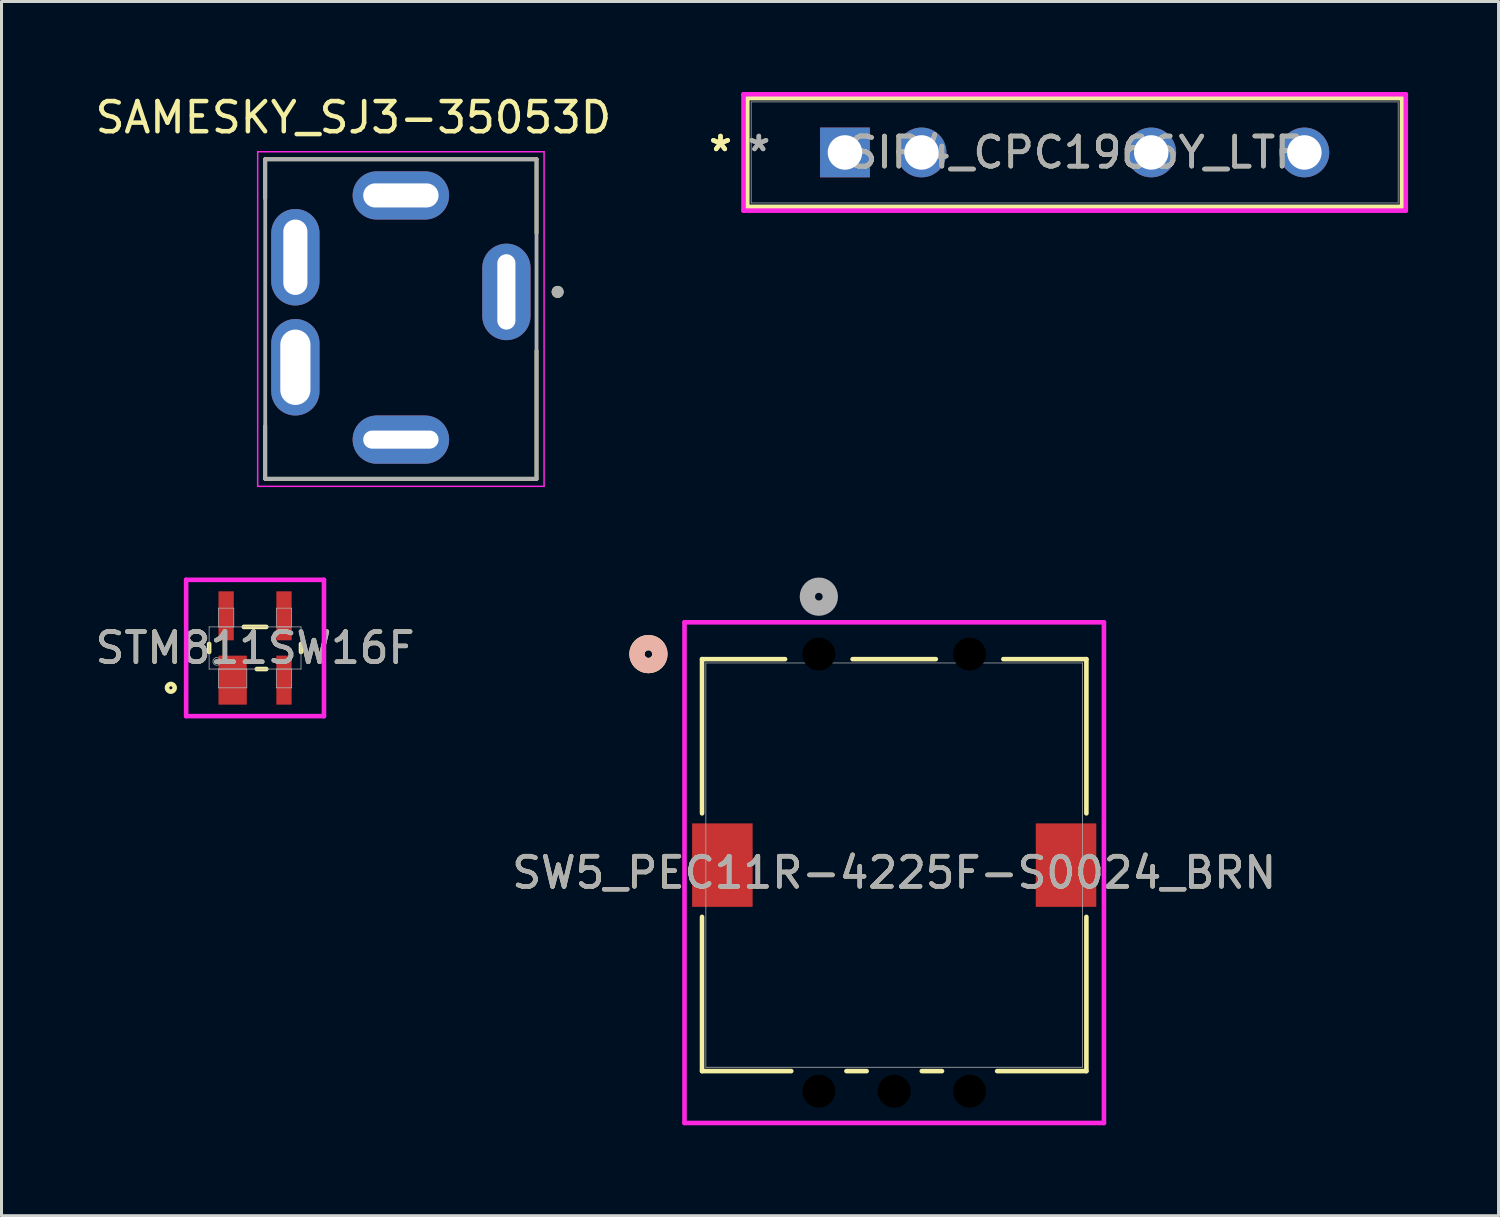
<source format=kicad_pcb>
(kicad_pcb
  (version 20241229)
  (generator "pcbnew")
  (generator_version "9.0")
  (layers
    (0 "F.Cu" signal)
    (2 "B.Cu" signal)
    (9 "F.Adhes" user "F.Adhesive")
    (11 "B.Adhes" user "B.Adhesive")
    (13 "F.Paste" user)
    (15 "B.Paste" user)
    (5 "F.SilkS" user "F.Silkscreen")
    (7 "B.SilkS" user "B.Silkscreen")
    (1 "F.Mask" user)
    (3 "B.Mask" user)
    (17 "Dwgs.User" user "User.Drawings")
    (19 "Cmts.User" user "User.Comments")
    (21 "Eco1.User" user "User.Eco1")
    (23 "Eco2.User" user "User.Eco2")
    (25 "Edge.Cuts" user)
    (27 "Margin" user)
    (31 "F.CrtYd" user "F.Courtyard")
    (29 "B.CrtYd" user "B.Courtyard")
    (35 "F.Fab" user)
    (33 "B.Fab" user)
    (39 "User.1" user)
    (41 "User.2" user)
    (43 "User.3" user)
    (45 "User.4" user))
  (footprint "SAMESKY_SJ3-35053D"
    (layer "F.Cu")
    (at 13.748 6.633)
    (property "Reference" "SAMESKY_SJ3-35053D" (at -5.075 -5.785 0) (layer "F.SilkS") (effects (font (size 1 1) (thickness 0.15))))
    (attr through_hole)
    (fp_line (start -8 -4.4) (end 1 -4.4) (stroke (width 0.127) (type solid)) (layer "F.SilkS"))
    (fp_line (start -8 -3.1) (end -8 -4.4) (stroke (width 0.127) (type solid)) (layer "F.SilkS"))
    (fp_line (start -8 6.2) (end -8 4.45) (stroke (width 0.127) (type solid)) (layer "F.SilkS"))
    (fp_line (start 1 -1.95) (end 1 -4.4) (stroke (width 0.127) (type solid)) (layer "F.SilkS"))
    (fp_line (start 1 6.2) (end -8 6.2) (stroke (width 0.127) (type solid)) (layer "F.SilkS"))
    (fp_line (start 1 6.2) (end 1 1.95) (stroke (width 0.127) (type solid)) (layer "F.SilkS"))
    (fp_circle (center 1.7 0) (end 1.8 0) (stroke (width 0.2) (type solid)) (fill no) (layer "F.SilkS"))
    (fp_line (start -8.25 -4.65) (end 1.25 -4.65) (stroke (width 0.05) (type solid)) (layer "F.CrtYd"))
    (fp_line (start -8.25 6.45) (end -8.25 -4.65) (stroke (width 0.05) (type solid)) (layer "F.CrtYd"))
    (fp_line (start 1.25 -4.65) (end 1.25 6.45) (stroke (width 0.05) (type solid)) (layer "F.CrtYd"))
    (fp_line (start 1.25 6.45) (end -8.25 6.45) (stroke (width 0.05) (type solid)) (layer "F.CrtYd"))
    (fp_line (start -8 -4.4) (end 1 -4.4) (stroke (width 0.127) (type solid)) (layer "F.Fab"))
    (fp_line (start -8 6.2) (end -8 -4.4) (stroke (width 0.127) (type solid)) (layer "F.Fab"))
    (fp_line (start 1 -4.4) (end 1 6.2) (stroke (width 0.127) (type solid)) (layer "F.Fab"))
    (fp_line (start 1 6.2) (end -8 6.2) (stroke (width 0.127) (type solid)) (layer "F.Fab"))
    (fp_circle (center 1.7 0) (end 1.8 0) (stroke (width 0.2) (type solid)) (fill no) (layer "F.Fab"))
    (pad "1" thru_hole oval (at 0 0) (size 1.6 3.2) (drill oval 0.6 2.5) (layers "*.Cu" "*.Mask"))
    (pad "2" thru_hole oval (at -3.5 4.9) (size 3.2 1.6) (drill oval 2.5 0.6) (layers "*.Cu" "*.Mask"))
    (pad "3" thru_hole oval (at -3.5 -3.2) (size 3.2 1.6) (drill oval 2.5 0.8) (layers "*.Cu" "*.Mask"))
    (pad "4" thru_hole oval (at -7 2.5) (size 1.6 3.2) (drill oval 1 2.5) (layers "*.Cu" "*.Mask"))
    (pad "5" thru_hole oval (at -7 -1.15) (size 1.6 3.2) (drill oval 0.8 2.5) (layers "*.Cu" "*.Mask")))
  (footprint "SW5_PEC11R-4225F-S0024_BRN"
    (layer "F.Cu")
    (at 26.613 25.648)
    (property "Reference" "SW5_PEC11R-4225F-S0024_BRN" (at 0 0.25 0) (unlocked yes) (layer "F.SilkS") (effects (font (size 1 1) (thickness 0.15))))
    (attr smd)
    (fp_line (start -6.375 -6.833) (end -6.375 -1.717) (stroke (width 0.152) (type solid)) (layer "F.SilkS"))
    (fp_line (start -6.375 1.717) (end -6.375 6.833) (stroke (width 0.152) (type solid)) (layer "F.SilkS"))
    (fp_line (start -6.375 6.833) (end -3.415 6.833) (stroke (width 0.152) (type solid)) (layer "F.SilkS"))
    (fp_line (start -3.62 -6.833) (end -6.375 -6.833) (stroke (width 0.152) (type solid)) (layer "F.SilkS"))
    (fp_line (start -1.585 6.833) (end -0.915 6.833) (stroke (width 0.152) (type solid)) (layer "F.SilkS"))
    (fp_line (start 0.915 6.833) (end 1.585 6.833) (stroke (width 0.152) (type solid)) (layer "F.SilkS"))
    (fp_line (start 1.38 -6.833) (end -1.38 -6.833) (stroke (width 0.152) (type solid)) (layer "F.SilkS"))
    (fp_line (start 3.415 6.833) (end 6.375 6.833) (stroke (width 0.152) (type solid)) (layer "F.SilkS"))
    (fp_line (start 6.375 -6.833) (end 3.62 -6.833) (stroke (width 0.152) (type solid)) (layer "F.SilkS"))
    (fp_line (start 6.375 -1.717) (end 6.375 -6.833) (stroke (width 0.152) (type solid)) (layer "F.SilkS"))
    (fp_line (start 6.375 6.833) (end 6.375 1.717) (stroke (width 0.152) (type solid)) (layer "F.SilkS"))
    (fp_circle (center -8.153 -7) (end -7.772 -7) (stroke (width 0.508) (type solid)) (fill no) (layer "F.SilkS"))
    (fp_circle (center -8.153 -7) (end -7.772 -7) (stroke (width 0.508) (type solid)) (fill no) (layer "B.SilkS"))
    (fp_line (start -6.957 -8.054) (end -6.957 8.554) (stroke (width 0.152) (type solid)) (layer "F.CrtYd"))
    (fp_line (start -6.957 8.554) (end 6.957 8.554) (stroke (width 0.152) (type solid)) (layer "F.CrtYd"))
    (fp_line (start 6.957 -8.054) (end -6.957 -8.054) (stroke (width 0.152) (type solid)) (layer "F.CrtYd"))
    (fp_line (start 6.957 8.554) (end 6.957 -8.054) (stroke (width 0.152) (type solid)) (layer "F.CrtYd"))
    (fp_line (start -6.248 -6.706) (end -6.248 6.706) (stroke (width 0.025) (type solid)) (layer "F.Fab"))
    (fp_line (start -6.248 6.706) (end 6.248 6.706) (stroke (width 0.025) (type solid)) (layer "F.Fab"))
    (fp_line (start 6.248 -6.706) (end -6.248 -6.706) (stroke (width 0.025) (type solid)) (layer "F.Fab"))
    (fp_line (start 6.248 6.706) (end 6.248 -6.706) (stroke (width 0.025) (type solid)) (layer "F.Fab"))
    (fp_circle (center -2.5 -8.905) (end -2.119 -8.905) (stroke (width 0.508) (type solid)) (fill no) (layer "F.Fab"))
    (fp_text user "${REFERENCE}" (at 0 0.25 0) (unlocked yes) (layer "F.Fab") (effects (font (size 1 1) (thickness 0.15))))
    (pad "" np_thru_hole circle (at -2.5 -7) (size 1.6 1.6) (drill 1.092) (layers))
    (pad "" np_thru_hole circle (at -2.5 7.5) (size 1.6 1.6) (drill 1.092) (layers))
    (pad "" np_thru_hole circle (at 0 7.5) (size 1.6 1.6) (drill 1.092) (layers))
    (pad "" np_thru_hole circle (at 2.5 -7) (size 1.6 1.6) (drill 1.092) (layers))
    (pad "" np_thru_hole circle (at 2.5 7.5) (size 1.6 1.6) (drill 1.092) (layers))
    (pad "6" smd rect (at -5.7 0) (size 2.007 2.769) (layers "F.Cu" "F.Mask" "F.Paste"))
    (pad "7" smd rect (at 5.7 0) (size 2.007 2.769) (layers "F.Cu" "F.Mask" "F.Paste")))
  (footprint "STM811SW16F"
    (layer "F.Cu")
    (at 5.411 18.445)
    (property "Reference" "STM811SW16F" (at 0 0 0) (unlocked yes) (layer "F.SilkS") (effects (font (size 1 1) (thickness 0.15))))
    (attr smd)
    (fp_line (start -1.524 0.133) (end -1.524 -0.133) (stroke (width 0.152) (type solid)) (layer "F.SilkS"))
    (fp_line (start -0.373 -0.699) (end 0.373 -0.699) (stroke (width 0.152) (type solid)) (layer "F.SilkS"))
    (fp_line (start 0.373 0.699) (end 0.059 0.699) (stroke (width 0.152) (type solid)) (layer "F.SilkS"))
    (fp_line (start 1.524 -0.133) (end 1.524 0.133) (stroke (width 0.152) (type solid)) (layer "F.SilkS"))
    (fp_circle (center -2.794 1.321) (end -2.667 1.321) (stroke (width 0.152) (type solid)) (fill no) (layer "F.SilkS"))
    (fp_line (start -2.286 -2.261) (end 2.286 -2.261) (stroke (width 0.152) (type solid)) (layer "F.CrtYd"))
    (fp_line (start -2.286 2.261) (end -2.286 -2.261) (stroke (width 0.152) (type solid)) (layer "F.CrtYd"))
    (fp_line (start 2.286 -2.261) (end 2.286 2.261) (stroke (width 0.152) (type solid)) (layer "F.CrtYd"))
    (fp_line (start 2.286 2.261) (end -2.286 2.261) (stroke (width 0.152) (type solid)) (layer "F.CrtYd"))
    (fp_line (start -1.524 -0.699) (end 1.524 -0.699) (stroke (width 0.025) (type solid)) (layer "F.Fab"))
    (fp_line (start -1.524 0.699) (end -1.524 -0.699) (stroke (width 0.025) (type solid)) (layer "F.Fab"))
    (fp_line (start -1.214 -1.321) (end -1.214 -0.699) (stroke (width 0.025) (type solid)) (layer "F.Fab"))
    (fp_line (start -1.214 -0.699) (end -0.706 -0.699) (stroke (width 0.025) (type solid)) (layer "F.Fab"))
    (fp_line (start -1.214 0.699) (end -1.214 1.321) (stroke (width 0.025) (type solid)) (layer "F.Fab"))
    (fp_line (start -1.214 1.321) (end -0.274 1.321) (stroke (width 0.025) (type solid)) (layer "F.Fab"))
    (fp_line (start -0.706 -1.321) (end -1.214 -1.321) (stroke (width 0.025) (type solid)) (layer "F.Fab"))
    (fp_line (start -0.706 -0.699) (end -0.706 -1.321) (stroke (width 0.025) (type solid)) (layer "F.Fab"))
    (fp_line (start -0.274 0.699) (end -1.214 0.699) (stroke (width 0.025) (type solid)) (layer "F.Fab"))
    (fp_line (start -0.274 1.321) (end -0.274 0.699) (stroke (width 0.025) (type solid)) (layer "F.Fab"))
    (fp_line (start 0.706 -1.321) (end 0.706 -0.699) (stroke (width 0.025) (type solid)) (layer "F.Fab"))
    (fp_line (start 0.706 -0.699) (end 1.214 -0.699) (stroke (width 0.025) (type solid)) (layer "F.Fab"))
    (fp_line (start 0.706 0.699) (end 0.706 1.321) (stroke (width 0.025) (type solid)) (layer "F.Fab"))
    (fp_line (start 0.706 1.321) (end 1.214 1.321) (stroke (width 0.025) (type solid)) (layer "F.Fab"))
    (fp_line (start 1.214 -1.321) (end 0.706 -1.321) (stroke (width 0.025) (type solid)) (layer "F.Fab"))
    (fp_line (start 1.214 -0.699) (end 1.214 -1.321) (stroke (width 0.025) (type solid)) (layer "F.Fab"))
    (fp_line (start 1.214 0.699) (end 0.706 0.699) (stroke (width 0.025) (type solid)) (layer "F.Fab"))
    (fp_line (start 1.214 1.321) (end 1.214 0.699) (stroke (width 0.025) (type solid)) (layer "F.Fab"))
    (fp_line (start 1.524 -0.699) (end 1.524 0.699) (stroke (width 0.025) (type solid)) (layer "F.Fab"))
    (fp_line (start 1.524 0.699) (end -1.524 0.699) (stroke (width 0.025) (type solid)) (layer "F.Fab"))
    (fp_circle (center -1.27 0.445) (end -1.143 0.445) (stroke (width 0.025) (type solid)) (fill no) (layer "F.Fab"))
    (fp_text user "${REFERENCE}" (at 0 0 0) (unlocked yes) (layer "F.Fab") (effects (font (size 1 1) (thickness 0.15))))
    (pad "1" smd rect (at -0.744 1.067) (size 0.94 1.626) (layers "F.Cu" "F.Mask" "F.Paste"))
    (pad "2" smd rect (at 0.96 1.067) (size 0.508 1.626) (layers "F.Cu" "F.Mask" "F.Paste"))
    (pad "3" smd rect (at 0.96 -1.067) (size 0.508 1.626) (layers "F.Cu" "F.Mask" "F.Paste"))
    (pad "4" smd rect (at -0.96 -1.067) (size 0.508 1.626) (layers "F.Cu" "F.Mask" "F.Paste")))
  (footprint "SIP4_CPC1966Y_LTF"
    (layer "F.Cu")
    (at 24.979 2.007)
    (property "Reference" "SIP4_CPC1966Y_LTF" (at 7.62 0 0) (unlocked yes) (layer "F.SilkS") (effects (font (size 1 1) (thickness 0.15))))
    (attr through_hole)
    (fp_line (start -3.239 -1.803) (end -3.239 1.803) (stroke (width 0.152) (type solid)) (layer "F.SilkS"))
    (fp_line (start -3.239 1.803) (end 18.479 1.803) (stroke (width 0.152) (type solid)) (layer "F.SilkS"))
    (fp_line (start 18.479 -1.803) (end -3.239 -1.803) (stroke (width 0.152) (type solid)) (layer "F.SilkS"))
    (fp_line (start 18.479 1.803) (end 18.479 -1.803) (stroke (width 0.152) (type solid)) (layer "F.SilkS"))
    (fp_line (start -3.365 -1.93) (end 18.605 -1.93) (stroke (width 0.152) (type solid)) (layer "F.CrtYd"))
    (fp_line (start -3.365 1.93) (end -3.365 -1.93) (stroke (width 0.152) (type solid)) (layer "F.CrtYd"))
    (fp_line (start 18.605 -1.93) (end 18.605 1.93) (stroke (width 0.152) (type solid)) (layer "F.CrtYd"))
    (fp_line (start 18.605 1.93) (end -3.365 1.93) (stroke (width 0.152) (type solid)) (layer "F.CrtYd"))
    (fp_line (start -3.111 -1.676) (end -3.111 1.676) (stroke (width 0.025) (type solid)) (layer "F.Fab"))
    (fp_line (start -3.111 1.676) (end 18.352 1.676) (stroke (width 0.025) (type solid)) (layer "F.Fab"))
    (fp_line (start 18.352 -1.676) (end -3.111 -1.676) (stroke (width 0.025) (type solid)) (layer "F.Fab"))
    (fp_line (start 18.352 1.676) (end 18.352 -1.676) (stroke (width 0.025) (type solid)) (layer "F.Fab"))
    (fp_text user "*" (at -4.128 0 0) (unlocked yes) (layer "F.SilkS") (effects (font (size 1 1) (thickness 0.15))))
    (fp_text user "*" (at -4.128 0 0) (layer "F.SilkS") (effects (font (size 1 1) (thickness 0.15))))
    (fp_text user "*" (at -2.857 0 0) (unlocked yes) (layer "F.Fab") (effects (font (size 1 1) (thickness 0.15))))
    (fp_text user "*" (at -2.857 0 0) (layer "F.Fab") (effects (font (size 1 1) (thickness 0.15))))
    (fp_text user "${REFERENCE}" (at 7.62 0 0) (unlocked yes) (layer "F.Fab") (effects (font (size 1 1) (thickness 0.15))))
    (pad "1" thru_hole rect (at 0 0) (size 1.651 1.651) (drill 1.143) (layers "*.Cu" "*.Mask"))
    (pad "2" thru_hole circle (at 2.54 0) (size 1.651 1.651) (drill 1.143) (layers "*.Cu" "*.Mask"))
    (pad "3" thru_hole circle (at 10.16 0) (size 1.651 1.651) (drill 1.143) (layers "*.Cu" "*.Mask"))
    (pad "4" thru_hole circle (at 15.24 0) (size 1.651 1.651) (drill 1.143) (layers "*.Cu" "*.Mask")))
  (gr_rect
    (start -3 -3)
    (end 46.66 37.279)
    (stroke (width 0.1) (type default))
    (fill no)
    (layer "Edge.Cuts")))
</source>
